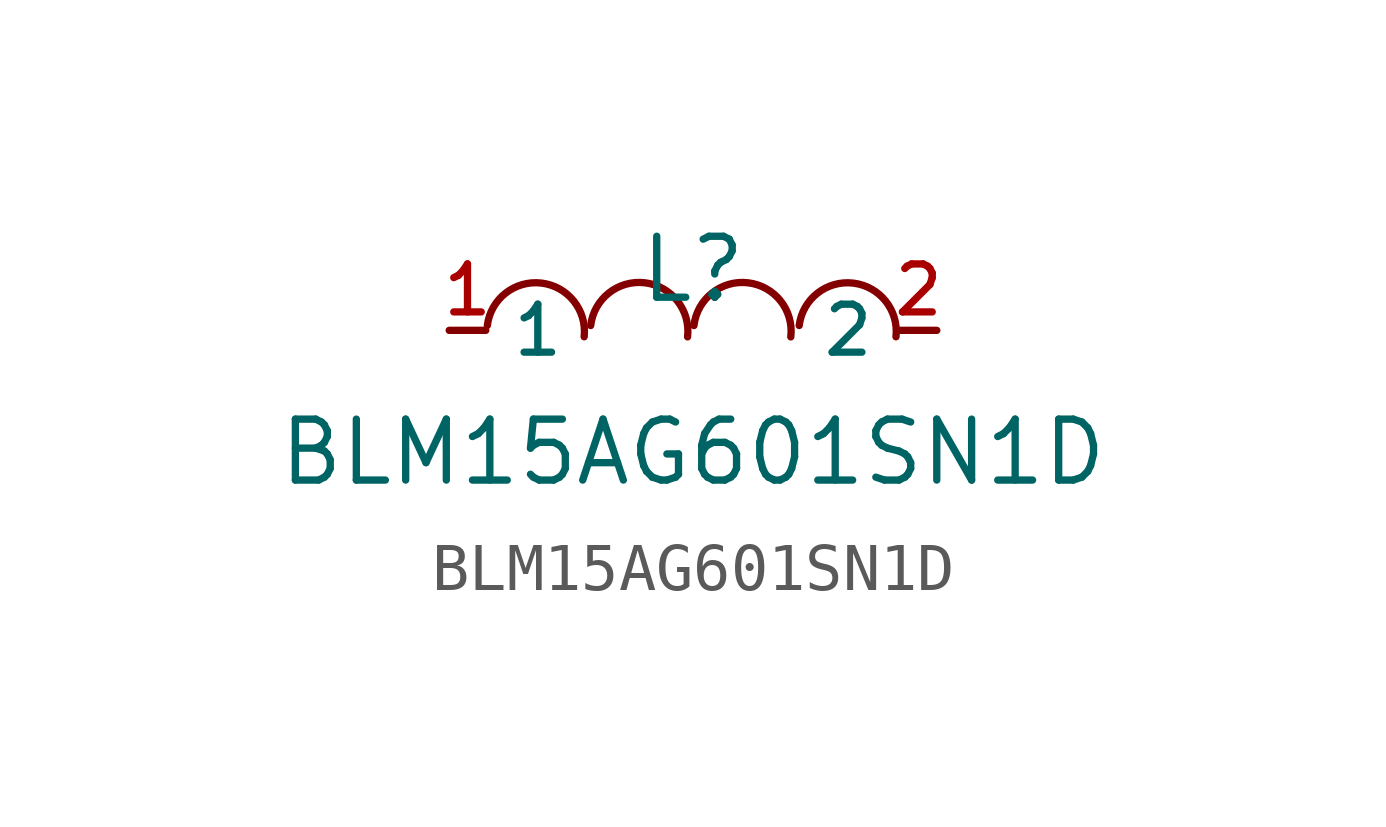
<source format=kicad_sym>
(kicad_symbol_lib
  (version 20210201)
  (generator TousstNicolas/JLC2KiCad_lib)
  (symbol "BLM15AG601SN1D"
    (property "Reference" "L"
      (at 0 1.27 0)
      (effects (font (size 1.27 1.27))))
    (property "Value" "BLM15AG601SN1D"
      (at 0 -2.54 0)
      (effects (font (size 1.27 1.27))))
    (symbol "BLM15AG601SN1D_0_1"
      (pin unspecified line (at 5.08 -0.0 180) (length 0.762) (name "2" (effects (font (size 1 1)))) (number "2" (effects (font (size 1 1)))))
      (pin unspecified line (at -5.08 -0.0 0) (length 0.762) (name "1" (effects (font (size 1 1)))) (number "1" (effects (font (size 1 1)))))
      (arc (start -2.2674329295749627 -0.1341053884638828) (mid -3.159011207982224 0.9926636483439573) (end -4.285780231504512 0.10108535314652943) (stroke (width 0) (type default) (color 0 0 0 0)) (fill (type none)))
      (arc (start -0.11354180781656804 -0.13565983668102555) (mid -1.0048024524285457 0.9913604595340889) (end -2.131822737142134 0.10009980037815772) (stroke (width 0) (type default) (color 0 0 0 0)) (fill (type none)))
      (arc (start 2.0378424949520375 -0.13565983668102555) (mid 1.1465818503400598 0.9913604595340889) (end 0.019561565626471496 0.10009980037815772) (stroke (width 0) (type default) (color 0 0 0 0)) (fill (type none)))
      (arc (start 4.231170015864318 -0.13410572965492382) (mid 3.3395921275494644 0.9926636202288113) (end 2.2128227952408546 0.10108570970264838) (stroke (width 0) (type default) (color 0 0 0 0)) (fill (type none))))))
</source>
